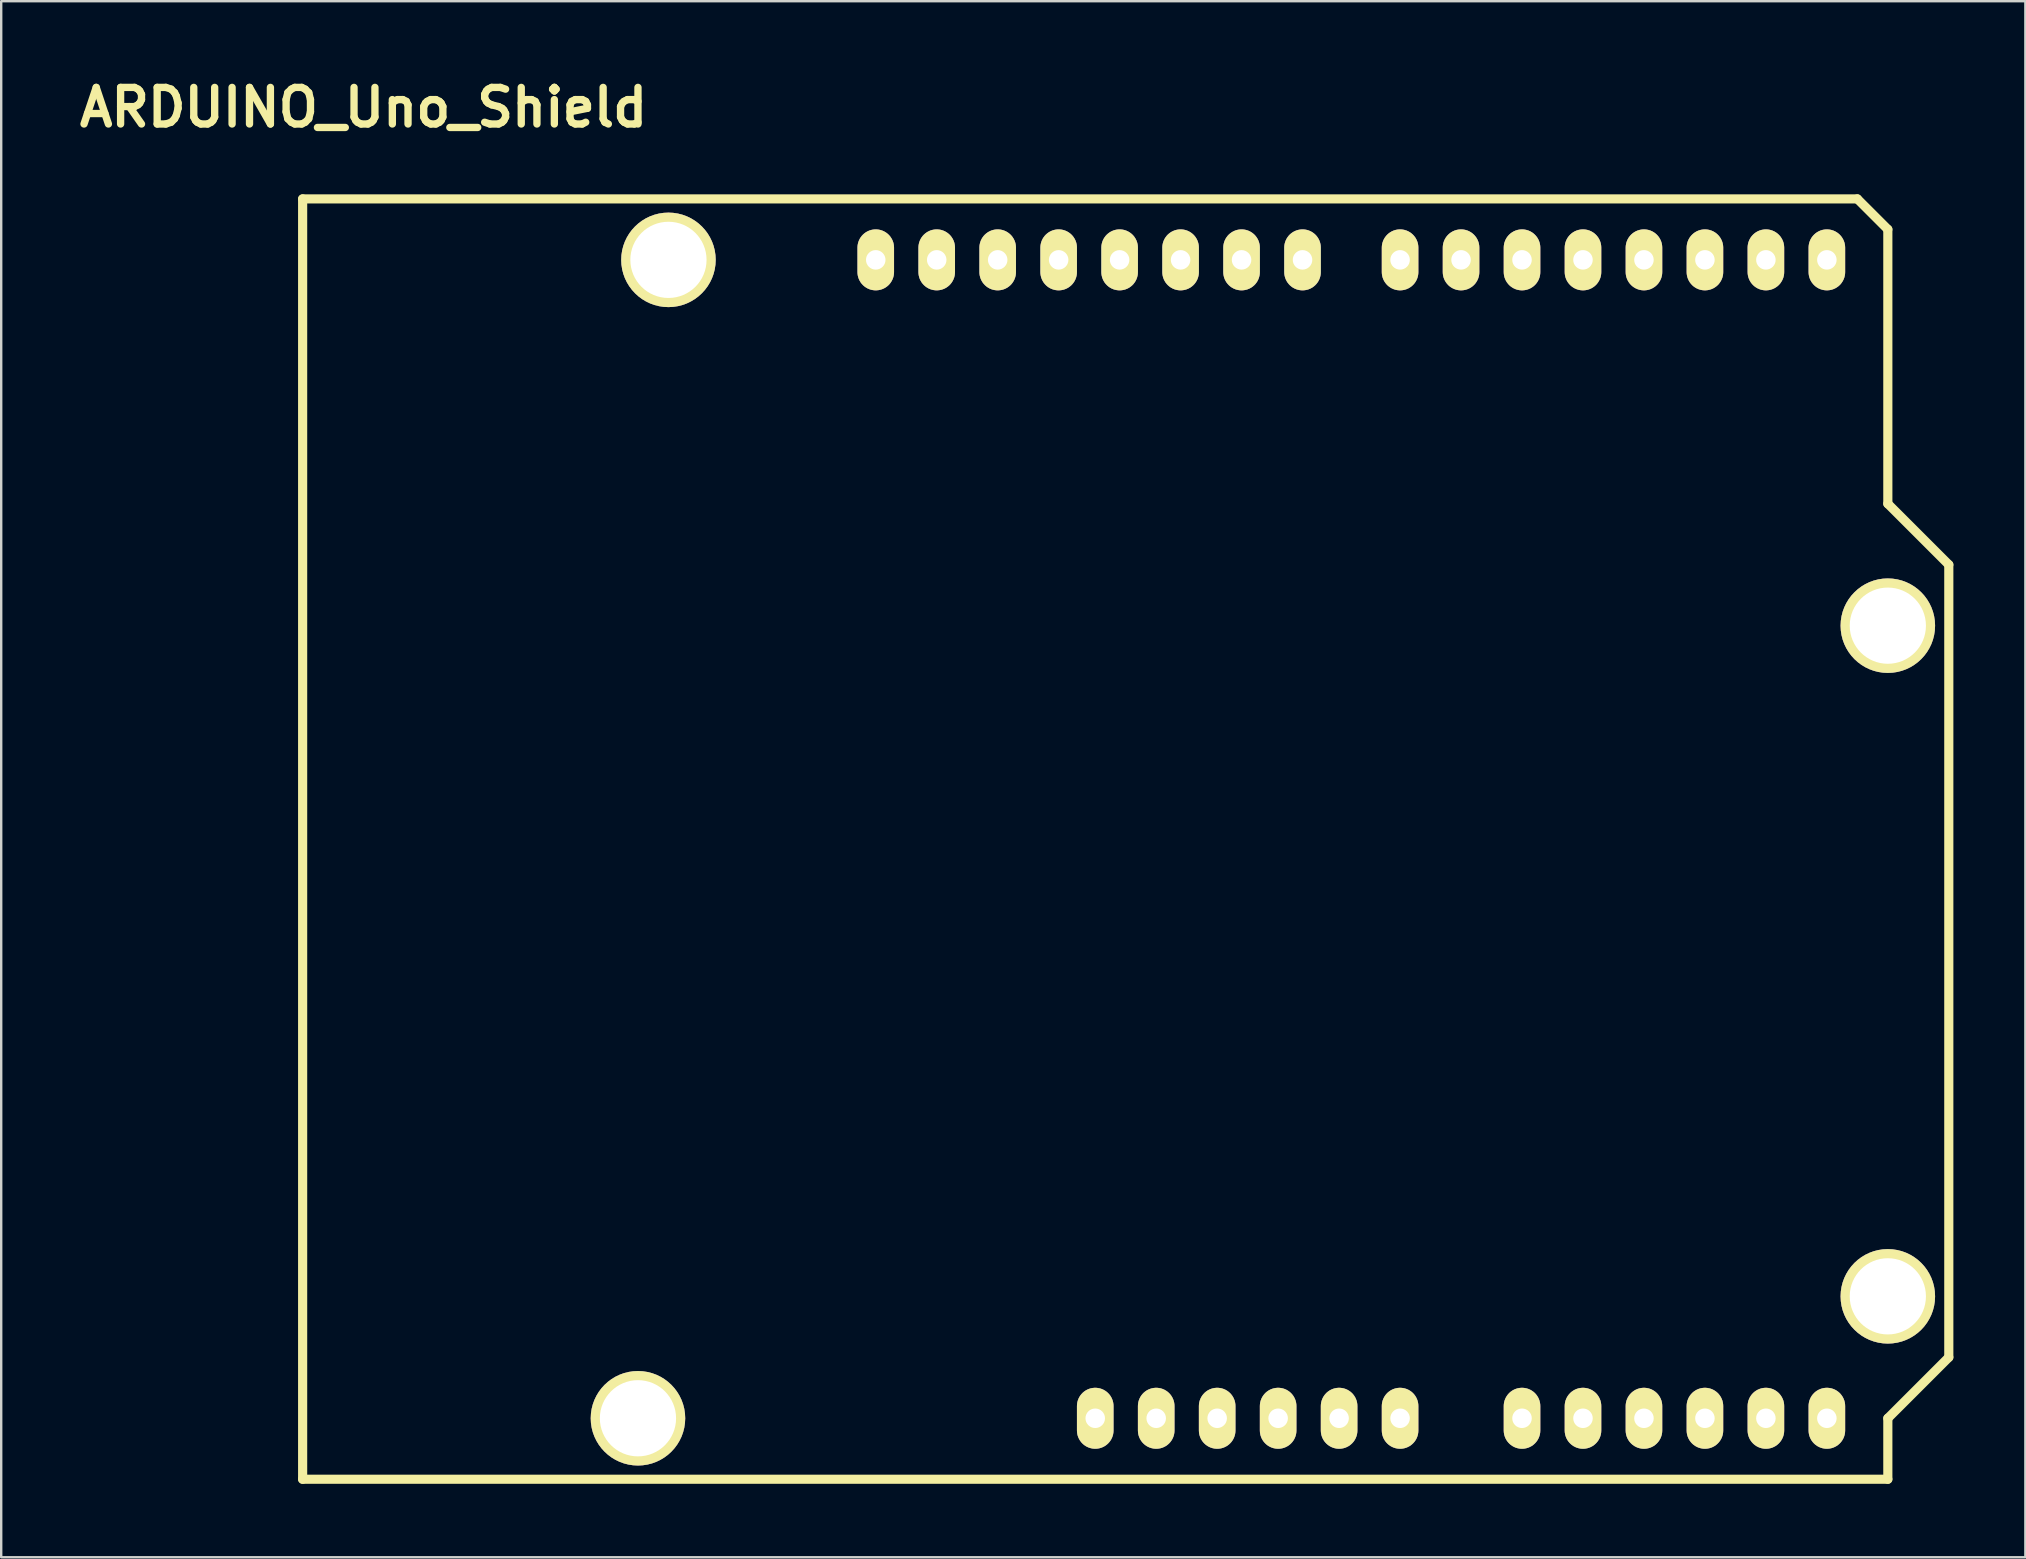
<source format=kicad_pcb>
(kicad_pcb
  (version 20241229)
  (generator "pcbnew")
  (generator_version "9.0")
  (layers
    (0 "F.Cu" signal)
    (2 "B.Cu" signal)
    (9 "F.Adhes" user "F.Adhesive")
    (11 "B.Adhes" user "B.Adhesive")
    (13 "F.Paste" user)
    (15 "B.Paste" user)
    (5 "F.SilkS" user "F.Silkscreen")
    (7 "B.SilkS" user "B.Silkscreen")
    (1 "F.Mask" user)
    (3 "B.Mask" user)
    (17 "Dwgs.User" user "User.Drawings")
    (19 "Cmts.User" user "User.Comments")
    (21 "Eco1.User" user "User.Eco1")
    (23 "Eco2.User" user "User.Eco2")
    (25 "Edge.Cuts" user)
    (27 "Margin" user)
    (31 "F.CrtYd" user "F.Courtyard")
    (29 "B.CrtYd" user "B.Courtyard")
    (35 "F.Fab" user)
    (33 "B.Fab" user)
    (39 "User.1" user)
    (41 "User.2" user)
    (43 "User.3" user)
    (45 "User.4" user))
  (footprint "ARDUINO_Uno_Shield"
    (layer "F.Cu")
    (at 9.558 58.576)
    (property "Reference" "ARDUINO_Uno_Shield" (at 2.54 -57.15 0) (layer "F.SilkS") (effects (font (size 1.524 1.524) (thickness 0.305))))
    (attr through_hole)
    (fp_line (start 0 0) (end 0 -53.34) (stroke (width 0.381) (type solid)) (layer "F.SilkS"))
    (fp_line (start 64.77 -53.34) (end 0 -53.34) (stroke (width 0.381) (type solid)) (layer "F.SilkS"))
    (fp_line (start 66.04 -52.07) (end 64.77 -53.34) (stroke (width 0.381) (type solid)) (layer "F.SilkS"))
    (fp_line (start 66.04 -40.64) (end 66.04 -52.07) (stroke (width 0.381) (type solid)) (layer "F.SilkS"))
    (fp_line (start 66.04 -40.64) (end 68.58 -38.1) (stroke (width 0.381) (type solid)) (layer "F.SilkS"))
    (fp_line (start 66.04 -2.54) (end 66.04 0) (stroke (width 0.381) (type solid)) (layer "F.SilkS"))
    (fp_line (start 66.04 0) (end 0 0) (stroke (width 0.381) (type solid)) (layer "F.SilkS"))
    (fp_line (start 68.58 -38.1) (end 68.58 -5.08) (stroke (width 0.381) (type solid)) (layer "F.SilkS"))
    (fp_line (start 68.58 -5.08) (end 66.04 -2.54) (stroke (width 0.381) (type solid)) (layer "F.SilkS"))
    (pad "" thru_hole circle (at 13.97 -2.54 90) (size 3.937 3.937) (drill 3.175) (layers "*.Cu" "*.Mask" "F.SilkS"))
    (pad "" thru_hole circle (at 15.24 -50.8 90) (size 3.937 3.937) (drill 3.175) (layers "*.Cu" "*.Mask" "F.SilkS"))
    (pad "" thru_hole circle (at 66.04 -35.56 90) (size 3.937 3.937) (drill 3.175) (layers "*.Cu" "*.Mask" "F.SilkS"))
    (pad "" thru_hole circle (at 66.04 -7.62 90) (size 3.937 3.937) (drill 3.175) (layers "*.Cu" "*.Mask" "F.SilkS"))
    (pad "0" thru_hole oval (at 63.5 -50.8 90) (size 2.54 1.524) (drill 0.813) (layers "*.Cu" "*.Mask" "F.SilkS"))
    (pad "1" thru_hole oval (at 60.96 -50.8 90) (size 2.54 1.524) (drill 0.813) (layers "*.Cu" "*.Mask" "F.SilkS"))
    (pad "2" thru_hole oval (at 58.42 -50.8 90) (size 2.54 1.524) (drill 0.813) (layers "*.Cu" "*.Mask" "F.SilkS"))
    (pad "3" thru_hole oval (at 55.88 -50.8 90) (size 2.54 1.524) (drill 0.813) (layers "*.Cu" "*.Mask" "F.SilkS"))
    (pad "3V3" thru_hole oval (at 35.56 -2.54 90) (size 2.54 1.524) (drill 0.813) (layers "*.Cu" "*.Mask" "F.SilkS"))
    (pad "4" thru_hole oval (at 53.34 -50.8 90) (size 2.54 1.524) (drill 0.813) (layers "*.Cu" "*.Mask" "F.SilkS"))
    (pad "5" thru_hole oval (at 50.8 -50.8 90) (size 2.54 1.524) (drill 0.813) (layers "*.Cu" "*.Mask" "F.SilkS"))
    (pad "5V" thru_hole oval (at 38.1 -2.54 90) (size 2.54 1.524) (drill 0.813) (layers "*.Cu" "*.Mask" "F.SilkS"))
    (pad "6" thru_hole oval (at 48.26 -50.8 90) (size 2.54 1.524) (drill 0.813) (layers "*.Cu" "*.Mask" "F.SilkS"))
    (pad "7" thru_hole oval (at 45.72 -50.8 90) (size 2.54 1.524) (drill 0.813) (layers "*.Cu" "*.Mask" "F.SilkS"))
    (pad "8" thru_hole oval (at 41.656 -50.8 90) (size 2.54 1.524) (drill 0.813) (layers "*.Cu" "*.Mask" "F.SilkS"))
    (pad "9" thru_hole oval (at 39.116 -50.8 90) (size 2.54 1.524) (drill 0.813) (layers "*.Cu" "*.Mask" "F.SilkS"))
    (pad "10" thru_hole oval (at 36.576 -50.8 90) (size 2.54 1.524) (drill 0.813) (layers "*.Cu" "*.Mask" "F.SilkS"))
    (pad "11" thru_hole oval (at 34.036 -50.8 90) (size 2.54 1.524) (drill 0.813) (layers "*.Cu" "*.Mask" "F.SilkS"))
    (pad "12" thru_hole oval (at 31.496 -50.8 90) (size 2.54 1.524) (drill 0.813) (layers "*.Cu" "*.Mask" "F.SilkS"))
    (pad "13" thru_hole oval (at 28.956 -50.8 90) (size 2.54 1.524) (drill 0.813) (layers "*.Cu" "*.Mask" "F.SilkS"))
    (pad "AD0" thru_hole oval (at 50.8 -2.54 90) (size 2.54 1.524) (drill 0.813) (layers "*.Cu" "*.Mask" "F.SilkS"))
    (pad "AD1" thru_hole oval (at 53.34 -2.54 90) (size 2.54 1.524) (drill 0.813) (layers "*.Cu" "*.Mask" "F.SilkS"))
    (pad "AD2" thru_hole oval (at 55.88 -2.54 90) (size 2.54 1.524) (drill 0.813) (layers "*.Cu" "*.Mask" "F.SilkS"))
    (pad "AD3" thru_hole oval (at 58.42 -2.54 90) (size 2.54 1.524) (drill 0.813) (layers "*.Cu" "*.Mask" "F.SilkS"))
    (pad "AD4" thru_hole oval (at 60.96 -2.54 90) (size 2.54 1.524) (drill 0.813) (layers "*.Cu" "*.Mask" "F.SilkS"))
    (pad "AD5" thru_hole oval (at 63.5 -2.54 90) (size 2.54 1.524) (drill 0.813) (layers "*.Cu" "*.Mask" "F.SilkS"))
    (pad "AREF" thru_hole oval (at 23.876 -50.8 90) (size 2.54 1.524) (drill 0.813) (layers "*.Cu" "*.Mask" "F.SilkS"))
    (pad "GND1" thru_hole oval (at 40.64 -2.54 90) (size 2.54 1.524) (drill 0.813) (layers "*.Cu" "*.Mask" "F.SilkS"))
    (pad "GND2" thru_hole oval (at 43.18 -2.54 90) (size 2.54 1.524) (drill 0.813) (layers "*.Cu" "*.Mask" "F.SilkS"))
    (pad "GND3" thru_hole oval (at 26.416 -50.8 90) (size 2.54 1.524) (drill 0.813) (layers "*.Cu" "*.Mask" "F.SilkS"))
    (pad "RST" thru_hole oval (at 33.02 -2.54 90) (size 2.54 1.524) (drill 0.813) (layers "*.Cu" "*.Mask" "F.SilkS"))
    (pad "V_IN" thru_hole oval (at 45.72 -2.54 90) (size 2.54 1.524) (drill 0.813) (layers "*.Cu" "*.Mask" "F.SilkS")))
  (gr_rect
    (start -3 -3)
    (end 81.328 61.826)
    (stroke (width 0.1) (type default))
    (fill no)
    (layer "Edge.Cuts")))
</source>
